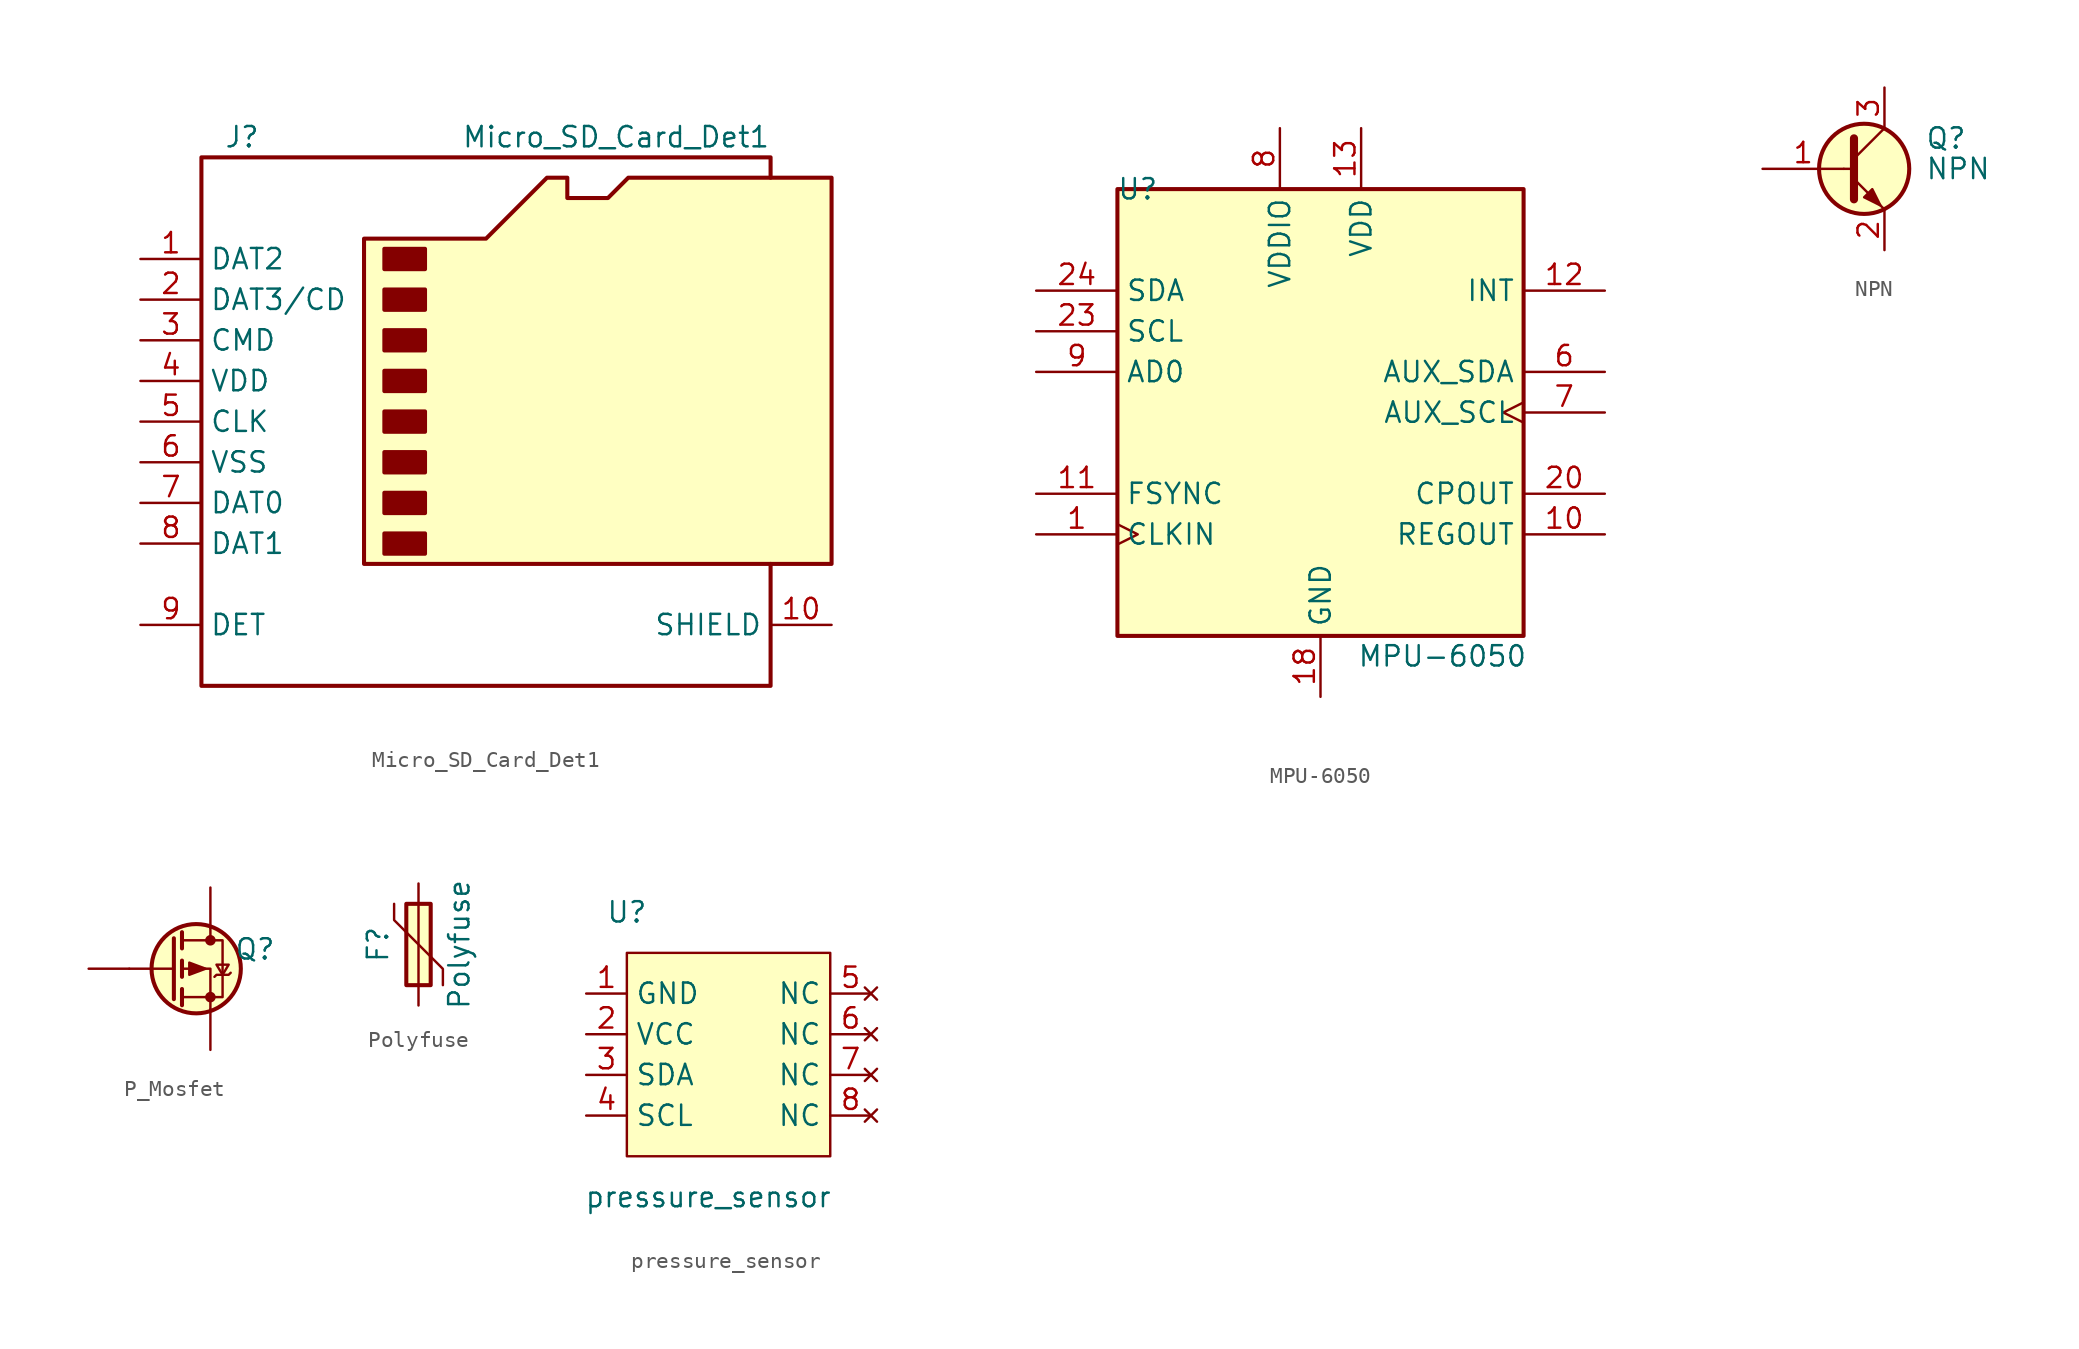
<source format=kicad_sym>
(kicad_symbol_lib
  (version 20220914)
  (generator kicad_symbol_editor)
  (symbol "Micro_SD_Card_Det1"
    (property "Reference" "J"
      (at -16.51 17.78 0)
      (effects (font (size 1.27 1.27))))
    (property "Value" "Micro_SD_Card_Det1"
      (at 16.51 17.78 0)
      (effects (font (size 1.27 1.27)) (justify right)))
    (symbol "Micro_SD_Card_Det1_0_1"
      (rectangle (start -7.62 -6.985) (end -5.08 -8.255) (stroke (width 0.254) (type default)) (fill (type outline)))
      (rectangle (start -7.62 -4.445) (end -5.08 -5.715) (stroke (width 0.254) (type default)) (fill (type outline)))
      (rectangle (start -7.62 -1.905) (end -5.08 -3.175) (stroke (width 0.254) (type default)) (fill (type outline)))
      (rectangle (start -7.62 0.635) (end -5.08 -0.635) (stroke (width 0.254) (type default)) (fill (type outline)))
      (rectangle (start -7.62 3.175) (end -5.08 1.905) (stroke (width 0.254) (type default)) (fill (type outline)))
      (rectangle (start -7.62 5.715) (end -5.08 4.445) (stroke (width 0.254) (type default)) (fill (type outline)))
      (rectangle (start -7.62 8.255) (end -5.08 6.985) (stroke (width 0.254) (type default)) (fill (type outline)))
      (rectangle (start -7.62 10.795) (end -5.08 9.525) (stroke (width 0.254) (type default)) (fill (type outline)))
      (polyline (pts (xy 16.51 15.24) (xy 16.51 16.51) (xy -19.05 16.51) (xy -19.05 -16.51) (xy 16.51 -16.51) (xy 16.51 -8.89)) (stroke (width 0.254) (type default)) (fill (type none)))
      (polyline (pts (xy -8.89 -8.89) (xy -8.89 11.43) (xy -1.27 11.43) (xy 2.54 15.24) (xy 3.81 15.24) (xy 3.81 13.97) (xy 6.35 13.97) (xy 7.62 15.24) (xy 20.32 15.24) (xy 20.32 -8.89) (xy -8.89 -8.89)) (stroke (width 0.254) (type default)) (fill (type background))))
    (symbol "Micro_SD_Card_Det1_1_1"
      (pin bidirectional line (at -22.86 10.16 0) (length 3.81) (name "DAT2" (effects (font (size 1.27 1.27)))) (number "1" (effects (font (size 1.27 1.27)))))
      (pin passive line (at 20.32 -12.7 180) (length 3.81) (name "SHIELD" (effects (font (size 1.27 1.27)))) (number "10" (effects (font (size 1.27 1.27)))))
      (pin bidirectional line (at -22.86 7.62 0) (length 3.81) (name "DAT3/CD" (effects (font (size 1.27 1.27)))) (number "2" (effects (font (size 1.27 1.27)))))
      (pin input line (at -22.86 5.08 0) (length 3.81) (name "CMD" (effects (font (size 1.27 1.27)))) (number "3" (effects (font (size 1.27 1.27)))))
      (pin power_in line (at -22.86 2.54 0) (length 3.81) (name "VDD" (effects (font (size 1.27 1.27)))) (number "4" (effects (font (size 1.27 1.27)))))
      (pin input line (at -22.86 0 0) (length 3.81) (name "CLK" (effects (font (size 1.27 1.27)))) (number "5" (effects (font (size 1.27 1.27)))))
      (pin power_in line (at -22.86 -2.54 0) (length 3.81) (name "VSS" (effects (font (size 1.27 1.27)))) (number "6" (effects (font (size 1.27 1.27)))))
      (pin bidirectional line (at -22.86 -5.08 0) (length 3.81) (name "DAT0" (effects (font (size 1.27 1.27)))) (number "7" (effects (font (size 1.27 1.27)))))
      (pin bidirectional line (at -22.86 -7.62 0) (length 3.81) (name "DAT1" (effects (font (size 1.27 1.27)))) (number "8" (effects (font (size 1.27 1.27)))))
      (pin passive line (at -22.86 -12.7 0) (length 3.81) (name "DET" (effects (font (size 1.27 1.27)))) (number "9" (effects (font (size 1.27 1.27)))))))
  (symbol "MPU-6050"
    (property "Reference" "U"
      (at -11.43 13.97 0)
      (effects (font (size 1.27 1.27))))
    (property "Value" "MPU-6050"
      (at 7.62 -15.24 0)
      (effects (font (size 1.27 1.27))))
    (symbol "MPU-6050_0_0"
      (text "" (at 12.7 -2.54 0) (effects (font (size 1.27 1.27)))))
    (symbol "MPU-6050_0_1"
      (rectangle (start -12.7 13.97) (end 12.7 -13.97) (stroke (width 0.254) (type default)) (fill (type background))))
    (symbol "MPU-6050_1_1"
      (pin input clock (at -17.78 -7.62 0) (length 5.08) (name "CLKIN" (effects (font (size 1.27 1.27)))) (number "1" (effects (font (size 1.27 1.27)))))
      (pin passive line (at 17.78 -7.62 180) (length 5.08) (name "REGOUT" (effects (font (size 1.27 1.27)))) (number "10" (effects (font (size 1.27 1.27)))))
      (pin input line (at -17.78 -5.08 0) (length 5.08) (name "FSYNC" (effects (font (size 1.27 1.27)))) (number "11" (effects (font (size 1.27 1.27)))))
      (pin output line (at 17.78 7.62 180) (length 5.08) (name "INT" (effects (font (size 1.27 1.27)))) (number "12" (effects (font (size 1.27 1.27)))))
      (pin power_in line (at 2.54 17.78 270) (length 3.81) (name "VDD" (effects (font (size 1.27 1.27)))) (number "13" (effects (font (size 1.27 1.27)))))
      (pin no_connect line (at -12.7 -10.16 0) (length 2.54) hide (name "NC" (effects (font (size 1.27 1.27)))) (number "14" (effects (font (size 1.27 1.27)))))
      (pin no_connect line (at 12.7 12.7 180) (length 2.54) hide (name "NC" (effects (font (size 1.27 1.27)))) (number "15" (effects (font (size 1.27 1.27)))))
      (pin no_connect line (at 12.7 10.16 180) (length 2.54) hide (name "NC" (effects (font (size 1.27 1.27)))) (number "16" (effects (font (size 1.27 1.27)))))
      (pin no_connect line (at 12.7 5.08 180) (length 2.54) hide (name "NC" (effects (font (size 1.27 1.27)))) (number "17" (effects (font (size 1.27 1.27)))))
      (pin power_in line (at 0 -17.78 90) (length 3.81) (name "GND" (effects (font (size 1.27 1.27)))) (number "18" (effects (font (size 1.27 1.27)))))
      (pin no_connect line (at 12.7 -10.16 180) (length 2.54) hide (name "NC" (effects (font (size 1.27 1.27)))) (number "19" (effects (font (size 1.27 1.27)))))
      (pin no_connect line (at -12.7 12.7 0) (length 2.54) hide (name "NC" (effects (font (size 1.27 1.27)))) (number "2" (effects (font (size 1.27 1.27)))))
      (pin passive line (at 17.78 -5.08 180) (length 5.08) (name "CPOUT" (effects (font (size 1.27 1.27)))) (number "20" (effects (font (size 1.27 1.27)))))
      (pin no_connect line (at 12.7 -2.54 180) (length 2.54) hide (name "NC" (effects (font (size 1.27 1.27)))) (number "21" (effects (font (size 1.27 1.27)))))
      (pin no_connect line (at 12.7 -12.7 180) (length 2.54) hide (name "NC" (effects (font (size 1.27 1.27)))) (number "22" (effects (font (size 1.27 1.27)))))
      (pin input line (at -17.78 5.08 0) (length 5.08) (name "SCL" (effects (font (size 1.27 1.27)))) (number "23" (effects (font (size 1.27 1.27)))))
      (pin bidirectional line (at -17.78 7.62 0) (length 5.08) (name "SDA" (effects (font (size 1.27 1.27)))) (number "24" (effects (font (size 1.27 1.27)))))
      (pin power_in line (at 0 -17.78 90) (length 3.81) hide (name "GND" (effects (font (size 1.27 1.27)))) (number "25" (effects (font (size 1.27 1.27)))))
      (pin no_connect line (at -12.7 10.16 0) (length 2.54) hide (name "NC" (effects (font (size 1.27 1.27)))) (number "3" (effects (font (size 1.27 1.27)))))
      (pin no_connect line (at -12.7 0 0) (length 2.54) hide (name "NC" (effects (font (size 1.27 1.27)))) (number "4" (effects (font (size 1.27 1.27)))))
      (pin no_connect line (at -12.7 -2.54 0) (length 2.54) hide (name "NC" (effects (font (size 1.27 1.27)))) (number "5" (effects (font (size 1.27 1.27)))))
      (pin bidirectional line (at 17.78 2.54 180) (length 5.08) (name "AUX_SDA" (effects (font (size 1.27 1.27)))) (number "6" (effects (font (size 1.27 1.27)))))
      (pin output clock (at 17.78 0 180) (length 5.08) (name "AUX_SCL" (effects (font (size 1.27 1.27)))) (number "7" (effects (font (size 1.27 1.27)))))
      (pin power_in line (at -2.54 17.78 270) (length 3.81) (name "VDDIO" (effects (font (size 1.27 1.27)))) (number "8" (effects (font (size 1.27 1.27)))))
      (pin input line (at -17.78 2.54 0) (length 5.08) (name "AD0" (effects (font (size 1.27 1.27)))) (number "9" (effects (font (size 1.27 1.27)))))))
  (symbol "NPN"
    (pin_names
      (offset 0) hide)
    (property "Reference" "Q"
      (at 5.08 1.905 0)
      (effects (font (size 1.27 1.27)) (justify left)))
    (property "Value" "NPN"
      (at 5.08 0 0)
      (effects (font (size 1.27 1.27)) (justify left)))
    (symbol "NPN_0_1"
      (polyline (pts (xy 0 0) (xy 0.635 0)) (stroke (width 0) (type default)) (fill (type none)))
      (polyline (pts (xy 0.635 0.635) (xy 2.54 2.54)) (stroke (width 0) (type default)) (fill (type none)))
      (polyline (pts (xy 0.635 -0.635) (xy 2.54 -2.54) (xy 2.54 -2.54)) (stroke (width 0) (type default)) (fill (type none)))
      (polyline (pts (xy 0.635 1.905) (xy 0.635 -1.905) (xy 0.635 -1.905)) (stroke (width 0.508) (type default)) (fill (type none)))
      (polyline (pts (xy 1.27 -1.778) (xy 1.778 -1.27) (xy 2.286 -2.286) (xy 1.27 -1.778) (xy 1.27 -1.778)) (stroke (width 0) (type default)) (fill (type outline)))
      (circle (center 1.27 0) (radius 2.819) (stroke (width 0.254) (type default)) (fill (type background))))
    (symbol "NPN_1_1"
      (pin input line (at -5.08 0 0) (length 5.08) (name "B" (effects (font (size 1.27 1.27)))) (number "1" (effects (font (size 1.27 1.27)))))
      (pin passive line (at 2.54 -5.08 90) (length 2.54) (name "E" (effects (font (size 1.27 1.27)))) (number "2" (effects (font (size 1.27 1.27)))))
      (pin passive line (at 2.54 5.08 270) (length 2.54) (name "C" (effects (font (size 1.27 1.27)))) (number "3" (effects (font (size 1.27 1.27)))))))
  (symbol "P_Mosfet"
    (pin_numbers hide)
    (pin_names hide)
    (property "Reference" "Q"
      (at 2.794 1.219 0)
      (effects (font (size 1.27 1.27))))
    (symbol "P_Mosfet_0_1"
      (circle (center -0.889 0) (radius 2.794) (stroke (width 0.254) (type default)) (fill (type background)))
      (circle (center 0 -1.778) (radius 0.254) (stroke (width 0) (type default)) (fill (type outline)))
      (polyline (pts (xy -2.286 0) (xy -5.08 0)) (stroke (width 0) (type default)) (fill (type none)))
      (polyline (pts (xy -2.286 1.905) (xy -2.286 -1.905)) (stroke (width 0.254) (type default)) (fill (type none)))
      (polyline (pts (xy -1.778 -1.27) (xy -1.778 -2.286)) (stroke (width 0.254) (type default)) (fill (type none)))
      (polyline (pts (xy -1.778 0.508) (xy -1.778 -0.508)) (stroke (width 0.254) (type default)) (fill (type none)))
      (polyline (pts (xy -1.778 2.286) (xy -1.778 1.27)) (stroke (width 0.254) (type default)) (fill (type none)))
      (polyline (pts (xy 0 2.54) (xy 0 1.778)) (stroke (width 0) (type default)) (fill (type none)))
      (polyline (pts (xy 0 -2.54) (xy 0 0) (xy -1.778 0)) (stroke (width 0) (type default)) (fill (type none)))
      (polyline (pts (xy -1.778 -1.778) (xy 0.762 -1.778) (xy 0.762 1.778) (xy -1.778 1.778)) (stroke (width 0) (type default)) (fill (type none)))
      (polyline (pts (xy -0.305 0) (xy -1.321 -0.381) (xy -1.321 0.381) (xy -0.305 0)) (stroke (width 0) (type default)) (fill (type outline)))
      (polyline (pts (xy 0.254 -0.508) (xy 0.381 -0.381) (xy 1.143 -0.381) (xy 1.27 -0.254)) (stroke (width 0) (type default)) (fill (type none)))
      (polyline (pts (xy 0.762 -0.381) (xy 0.381 0.254) (xy 1.143 0.254) (xy 0.762 -0.381)) (stroke (width 0) (type default)) (fill (type none)))
      (circle (center 0 1.778) (radius 0.254) (stroke (width 0) (type default)) (fill (type outline))))
    (symbol "P_Mosfet_1_1"
      (pin input line (at -7.62 0 0) (length 2.54) (name "G" (effects (font (size 1.27 1.27)))) (number "1" (effects (font (size 1.27 1.27)))))
      (pin passive line (at 0 -5.08 90) (length 2.54) (name "S" (effects (font (size 1.27 1.27)))) (number "2" (effects (font (size 1.27 1.27)))))
      (pin passive line (at 0 5.08 270) (length 2.54) (name "D" (effects (font (size 1.27 1.27)))) (number "3" (effects (font (size 1.27 1.27)))))))
  (symbol "Polyfuse"
    (pin_numbers hide)
    (pin_names
      (offset 0))
    (property "Reference" "F"
      (at -2.54 0 90)
      (effects (font (size 1.27 1.27))))
    (property "Value" "Polyfuse"
      (at 2.54 0 90)
      (effects (font (size 1.27 1.27))))
    (symbol "Polyfuse_0_1"
      (polyline (pts (xy 0 2.54) (xy 0 -2.54)) (stroke (width 0) (type default)) (fill (type none)))
      (polyline (pts (xy -1.524 2.54) (xy -1.524 1.524) (xy 1.524 -1.524) (xy 1.524 -2.54)) (stroke (width 0) (type default)) (fill (type none))))
    (symbol "Polyfuse_1_1"
      (rectangle (start -0.762 2.54) (end 0.762 -2.54) (stroke (width 0.254) (type default)) (fill (type background)))
      (pin passive line (at 0 3.81 270) (length 1.27) (name "~" (effects (font (size 1.27 1.27)))) (number "1" (effects (font (size 1.27 1.27)))))
      (pin passive line (at 0 -3.81 90) (length 1.27) (name "~" (effects (font (size 1.27 1.27)))) (number "2" (effects (font (size 1.27 1.27)))))))
  (symbol "pressure_sensor"
    (property "Reference" "U"
      (at 0 2.54 0)
      (effects (font (size 1.27 1.27))))
    (property "Value" "pressure_sensor"
      (at 5.08 -15.24 0)
      (effects (font (size 1.27 1.27))))
    (symbol "pressure_sensor_0_1"
      (rectangle (start 0 0) (end 12.7 -12.7) (stroke (width 0) (type default)) (fill (type background))))
    (symbol "pressure_sensor_1_1"
      (pin input line (at -2.54 -2.54 0) (length 2.54) (name "GND" (effects (font (size 1.27 1.27)))) (number "1" (effects (font (size 1.27 1.27)))))
      (pin input line (at -2.54 -5.08 0) (length 2.54) (name "VCC" (effects (font (size 1.27 1.27)))) (number "2" (effects (font (size 1.27 1.27)))))
      (pin input line (at -2.54 -7.62 0) (length 2.54) (name "SDA" (effects (font (size 1.27 1.27)))) (number "3" (effects (font (size 1.27 1.27)))))
      (pin input line (at -2.54 -10.16 0) (length 2.54) (name "SCL" (effects (font (size 1.27 1.27)))) (number "4" (effects (font (size 1.27 1.27)))))
      (pin no_connect line (at 15.24 -2.54 180) (length 2.54) (name "NC" (effects (font (size 1.27 1.27)))) (number "5" (effects (font (size 1.27 1.27)))))
      (pin no_connect line (at 15.24 -5.08 180) (length 2.54) (name "NC" (effects (font (size 1.27 1.27)))) (number "6" (effects (font (size 1.27 1.27)))))
      (pin no_connect line (at 15.24 -7.62 180) (length 2.54) (name "NC" (effects (font (size 1.27 1.27)))) (number "7" (effects (font (size 1.27 1.27)))))
      (pin no_connect line (at 15.24 -10.16 180) (length 2.54) (name "NC" (effects (font (size 1.27 1.27)))) (number "8" (effects (font (size 1.27 1.27))))))))
</source>
